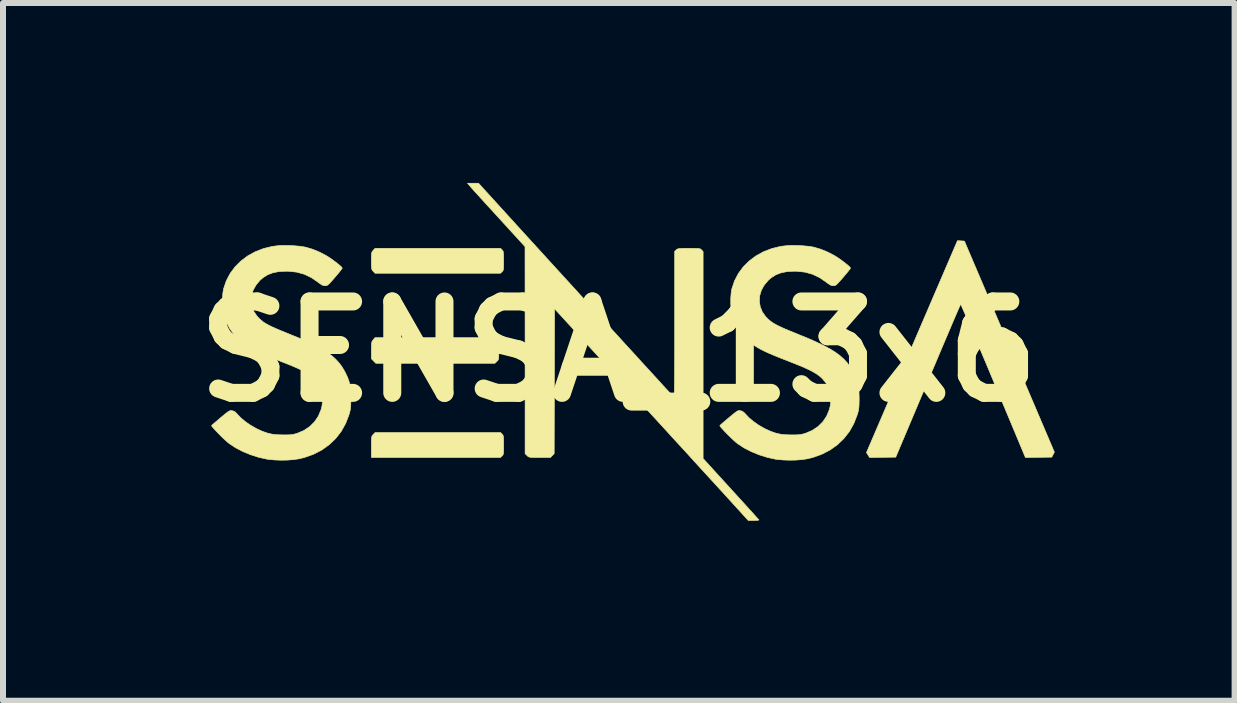
<source format=kicad_pcb>
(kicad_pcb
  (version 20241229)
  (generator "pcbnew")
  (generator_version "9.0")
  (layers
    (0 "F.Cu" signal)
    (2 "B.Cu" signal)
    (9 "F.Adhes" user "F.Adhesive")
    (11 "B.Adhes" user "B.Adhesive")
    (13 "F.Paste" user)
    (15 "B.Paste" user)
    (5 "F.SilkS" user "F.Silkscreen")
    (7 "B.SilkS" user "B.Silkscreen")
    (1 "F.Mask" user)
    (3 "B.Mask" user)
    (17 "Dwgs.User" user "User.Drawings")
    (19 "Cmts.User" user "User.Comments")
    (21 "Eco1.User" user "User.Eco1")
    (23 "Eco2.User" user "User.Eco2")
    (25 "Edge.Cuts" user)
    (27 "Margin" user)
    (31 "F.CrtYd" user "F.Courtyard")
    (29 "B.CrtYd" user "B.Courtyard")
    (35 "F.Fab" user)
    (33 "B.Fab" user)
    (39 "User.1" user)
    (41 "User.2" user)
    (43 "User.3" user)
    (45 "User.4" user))
  (footprint "SENSA_13x6"
    (layer "F.Cu")
    (at 7.264 2.811)
    (property "Reference" "SENSA_13x6" (at 0 0 0) (layer "F.SilkS") (effects (font (size 1.524 1.524) (thickness 0.3))))
    (attr through_hole)
    (fp_poly (pts (xy -1.942 1.378) (xy -1.931 1.39) (xy -1.924 1.405) (xy -1.92 1.426) (xy -1.918 1.459) (xy -1.917 1.506) (xy -1.917 1.56) (xy -1.917 1.623) (xy -1.918 1.668) (xy -1.92 1.697) (xy -1.925 1.717) (xy -1.932 1.73) (xy -1.943 1.741) (xy -1.943 1.741) (xy -1.97 1.766) (xy -4.122 1.766) (xy -4.122 1.591) (xy -4.122 1.524) (xy -4.121 1.476) (xy -4.119 1.443) (xy -4.115 1.421) (xy -4.109 1.405) (xy -4.1 1.393) (xy -4.091 1.383) (xy -4.06 1.351) (xy -1.967 1.351) (xy -1.942 1.378)) (stroke (width 0.01) (type solid)) (fill yes) (layer "F.SilkS"))
    (fp_poly (pts (xy -2.03 -0.2) (xy -2.017 -0.187) (xy -2.008 -0.174) (xy -2.002 -0.156) (xy -1.999 -0.13) (xy -1.998 -0.091) (xy -1.997 -0.035) (xy -1.997 -0.017) (xy -1.998 0.044) (xy -1.998 0.087) (xy -2.001 0.116) (xy -2.006 0.135) (xy -2.014 0.149) (xy -2.026 0.162) (xy -2.03 0.165) (xy -2.062 0.196) (xy -4.048 0.196) (xy -4.085 0.158) (xy -4.122 0.12) (xy -4.122 -0.02) (xy -4.121 -0.079) (xy -4.12 -0.12) (xy -4.117 -0.148) (xy -4.111 -0.168) (xy -4.101 -0.183) (xy -4.092 -0.195) (xy -4.062 -0.231) (xy -2.062 -0.231) (xy -2.03 -0.2)) (stroke (width 0.01) (type solid)) (fill yes) (layer "F.SilkS"))
    (fp_poly (pts (xy -1.942 -1.694) (xy -1.931 -1.681) (xy -1.924 -1.666) (xy -1.92 -1.645) (xy -1.918 -1.612) (xy -1.917 -1.565) (xy -1.917 -1.511) (xy -1.917 -1.448) (xy -1.918 -1.403) (xy -1.92 -1.374) (xy -1.925 -1.354) (xy -1.932 -1.341) (xy -1.943 -1.33) (xy -1.943 -1.33) (xy -1.97 -1.305) (xy -4.06 -1.305) (xy -4.091 -1.337) (xy -4.104 -1.351) (xy -4.112 -1.366) (xy -4.118 -1.385) (xy -4.12 -1.414) (xy -4.122 -1.456) (xy -4.122 -1.512) (xy -4.122 -1.572) (xy -4.12 -1.614) (xy -4.117 -1.641) (xy -4.112 -1.66) (xy -4.103 -1.674) (xy -4.091 -1.688) (xy -4.06 -1.72) (xy -1.967 -1.72) (xy -1.942 -1.694)) (stroke (width 0.01) (type solid)) (fill yes) (layer "F.SilkS"))
    (fp_poly (pts (xy 5.708 -1.845) (xy 5.766 -1.841) (xy 7.266 1.678) (xy 7.222 1.761) (xy 7.002 1.764) (xy 6.783 1.767) (xy 6.247 0.485) (xy 6.179 0.322) (xy 6.113 0.165) (xy 6.05 0.015) (xy 5.99 -0.126) (xy 5.934 -0.257) (xy 5.884 -0.376) (xy 5.838 -0.483) (xy 5.798 -0.576) (xy 5.764 -0.654) (xy 5.737 -0.715) (xy 5.717 -0.759) (xy 5.705 -0.783) (xy 5.702 -0.788) (xy 5.697 -0.777) (xy 5.683 -0.745) (xy 5.661 -0.695) (xy 5.632 -0.627) (xy 5.596 -0.544) (xy 5.554 -0.446) (xy 5.507 -0.334) (xy 5.454 -0.21) (xy 5.397 -0.076) (xy 5.336 0.068) (xy 5.272 0.22) (xy 5.204 0.379) (xy 5.157 0.491) (xy 4.621 1.761) (xy 4.403 1.764) (xy 4.185 1.767) (xy 4.159 1.726) (xy 4.133 1.685) (xy 4.891 -0.082) (xy 5.65 -1.848) (xy 5.708 -1.845)) (stroke (width 0.01) (type solid)) (fill yes) (layer "F.SilkS"))
    (fp_poly (pts (xy -1.598 -1.995) (xy -1.473 -1.858) (xy -1.337 -1.709) (xy -1.195 -1.553) (xy -1.049 -1.393) (xy -0.901 -1.231) (xy -0.755 -1.071) (xy -0.613 -0.915) (xy -0.477 -0.767) (xy -0.351 -0.629) (xy -0.238 -0.504) (xy -0.219 -0.485) (xy -0.113 -0.369) (xy -0.006 -0.252) (xy 0.1 -0.135) (xy 0.204 -0.022) (xy 0.303 0.086) (xy 0.395 0.188) (xy 0.48 0.28) (xy 0.555 0.362) (xy 0.618 0.431) (xy 0.667 0.485) (xy 0.67 0.488) (xy 0.73 0.554) (xy 0.786 0.615) (xy 0.835 0.668) (xy 0.876 0.71) (xy 0.906 0.741) (xy 0.923 0.758) (xy 0.927 0.761) (xy 0.928 0.75) (xy 0.929 0.717) (xy 0.93 0.664) (xy 0.931 0.593) (xy 0.932 0.504) (xy 0.933 0.4) (xy 0.933 0.282) (xy 0.934 0.152) (xy 0.935 0.01) (xy 0.935 -0.141) (xy 0.935 -0.301) (xy 0.935 -0.454) (xy 0.935 -1.67) (xy 0.962 -1.695) (xy 0.973 -1.705) (xy 0.987 -1.711) (xy 1.006 -1.716) (xy 1.035 -1.718) (xy 1.078 -1.72) (xy 1.138 -1.72) (xy 1.173 -1.72) (xy 1.243 -1.72) (xy 1.293 -1.719) (xy 1.328 -1.718) (xy 1.35 -1.714) (xy 1.366 -1.709) (xy 1.377 -1.701) (xy 1.383 -1.694) (xy 1.409 -1.667) (xy 1.409 0.058) (xy 1.409 1.784) (xy 1.872 2.292) (xy 1.955 2.383) (xy 2.034 2.47) (xy 2.107 2.55) (xy 2.172 2.622) (xy 2.229 2.684) (xy 2.275 2.736) (xy 2.31 2.775) (xy 2.332 2.799) (xy 2.34 2.808) (xy 2.332 2.812) (xy 2.306 2.815) (xy 2.267 2.817) (xy 2.254 2.817) (xy 2.162 2.817) (xy 1.718 2.329) (xy 1.64 2.244) (xy 1.556 2.152) (xy 1.465 2.053) (xy 1.367 1.946) (xy 1.261 1.83) (xy 1.147 1.704) (xy 1.023 1.569) (xy 0.889 1.423) (xy 0.745 1.265) (xy 0.589 1.095) (xy 0.422 0.913) (xy 0.242 0.716) (xy 0.049 0.506) (xy -0.157 0.281) (xy -0.378 0.04) (xy -0.614 -0.217) (xy -0.623 -0.228) (xy -1.068 -0.713) (xy -1.071 0.494) (xy -1.074 1.702) (xy -1.136 1.766) (xy -1.315 1.766) (xy -1.383 1.766) (xy -1.432 1.766) (xy -1.465 1.764) (xy -1.488 1.76) (xy -1.503 1.754) (xy -1.516 1.745) (xy -1.526 1.735) (xy -1.559 1.704) (xy -1.559 -0.022) (xy -1.56 -1.749) (xy -1.993 -2.223) (xy -2.075 -2.313) (xy -2.154 -2.399) (xy -2.228 -2.48) (xy -2.295 -2.554) (xy -2.354 -2.619) (xy -2.403 -2.673) (xy -2.441 -2.715) (xy -2.465 -2.742) (xy -2.472 -2.751) (xy -2.519 -2.806) (xy -2.336 -2.806) (xy -1.598 -1.995)) (stroke (width 0.01) (type solid)) (fill yes) (layer "F.SilkS"))
    (fp_poly (pts (xy -5.498 -1.768) (xy -5.402 -1.763) (xy -5.312 -1.755) (xy -5.234 -1.743) (xy -5.213 -1.738) (xy -5.101 -1.705) (xy -4.985 -1.657) (xy -4.873 -1.598) (xy -4.87 -1.596) (xy -4.825 -1.568) (xy -4.777 -1.535) (xy -4.728 -1.499) (xy -4.683 -1.464) (xy -4.646 -1.433) (xy -4.619 -1.408) (xy -4.608 -1.392) (xy -4.607 -1.391) (xy -4.615 -1.379) (xy -4.634 -1.353) (xy -4.664 -1.315) (xy -4.702 -1.27) (xy -4.729 -1.238) (xy -4.775 -1.185) (xy -4.809 -1.148) (xy -4.834 -1.122) (xy -4.853 -1.107) (xy -4.869 -1.1) (xy -4.884 -1.097) (xy -4.894 -1.097) (xy -4.922 -1.1) (xy -4.949 -1.112) (xy -4.984 -1.135) (xy -5.01 -1.155) (xy -5.122 -1.232) (xy -5.239 -1.288) (xy -5.364 -1.323) (xy -5.5 -1.338) (xy -5.547 -1.339) (xy -5.664 -1.333) (xy -5.764 -1.313) (xy -5.852 -1.28) (xy -5.929 -1.231) (xy -5.979 -1.188) (xy -6.046 -1.107) (xy -6.094 -1.021) (xy -6.121 -0.931) (xy -6.128 -0.839) (xy -6.114 -0.749) (xy -6.079 -0.663) (xy -6.024 -0.584) (xy -5.985 -0.544) (xy -5.953 -0.516) (xy -5.92 -0.49) (xy -5.882 -0.466) (xy -5.837 -0.441) (xy -5.783 -0.414) (xy -5.716 -0.384) (xy -5.634 -0.349) (xy -5.535 -0.309) (xy -5.484 -0.288) (xy -5.322 -0.222) (xy -5.181 -0.16) (xy -5.058 -0.101) (xy -4.953 -0.045) (xy -4.862 0.011) (xy -4.784 0.068) (xy -4.718 0.127) (xy -4.661 0.189) (xy -4.612 0.255) (xy -4.569 0.327) (xy -4.55 0.364) (xy -4.517 0.436) (xy -4.493 0.503) (xy -4.477 0.572) (xy -4.468 0.649) (xy -4.464 0.74) (xy -4.464 0.785) (xy -4.465 0.855) (xy -4.467 0.909) (xy -4.471 0.952) (xy -4.478 0.991) (xy -4.489 1.032) (xy -4.495 1.054) (xy -4.551 1.199) (xy -4.625 1.332) (xy -4.717 1.45) (xy -4.826 1.554) (xy -4.949 1.642) (xy -5.087 1.713) (xy -5.239 1.767) (xy -5.331 1.789) (xy -5.418 1.802) (xy -5.52 1.81) (xy -5.629 1.812) (xy -5.735 1.808) (xy -5.832 1.799) (xy -5.859 1.795) (xy -5.996 1.765) (xy -6.132 1.722) (xy -6.264 1.668) (xy -6.384 1.606) (xy -6.487 1.538) (xy -6.49 1.536) (xy -6.522 1.51) (xy -6.561 1.475) (xy -6.605 1.434) (xy -6.649 1.39) (xy -6.692 1.346) (xy -6.731 1.305) (xy -6.761 1.271) (xy -6.781 1.247) (xy -6.786 1.235) (xy -6.777 1.225) (xy -6.752 1.203) (xy -6.716 1.172) (xy -6.671 1.134) (xy -6.635 1.103) (xy -6.581 1.058) (xy -6.54 1.025) (xy -6.511 1.004) (xy -6.49 0.991) (xy -6.473 0.986) (xy -6.458 0.985) (xy -6.442 0.987) (xy -6.409 0.997) (xy -6.38 1.019) (xy -6.355 1.047) (xy -6.297 1.107) (xy -6.223 1.169) (xy -6.138 1.228) (xy -6.049 1.279) (xy -6.023 1.293) (xy -5.935 1.332) (xy -5.858 1.359) (xy -5.783 1.377) (xy -5.702 1.387) (xy -5.607 1.39) (xy -5.594 1.39) (xy -5.527 1.39) (xy -5.476 1.388) (xy -5.435 1.383) (xy -5.398 1.375) (xy -5.359 1.364) (xy -5.246 1.316) (xy -5.149 1.251) (xy -5.069 1.171) (xy -5.006 1.077) (xy -4.961 0.97) (xy -4.946 0.912) (xy -4.933 0.801) (xy -4.941 0.699) (xy -4.971 0.603) (xy -5.023 0.515) (xy -5.084 0.445) (xy -5.119 0.413) (xy -5.159 0.383) (xy -5.207 0.353) (xy -5.264 0.321) (xy -5.333 0.288) (xy -5.417 0.251) (xy -5.517 0.21) (xy -5.636 0.163) (xy -5.669 0.15) (xy -5.786 0.104) (xy -5.885 0.064) (xy -5.968 0.029) (xy -6.037 -0.003) (xy -6.097 -0.033) (xy -6.15 -0.062) (xy -6.198 -0.092) (xy -6.198 -0.092) (xy -6.308 -0.175) (xy -6.404 -0.273) (xy -6.483 -0.382) (xy -6.544 -0.499) (xy -6.584 -0.621) (xy -6.588 -0.64) (xy -6.599 -0.713) (xy -6.604 -0.797) (xy -6.604 -0.885) (xy -6.599 -0.968) (xy -6.588 -1.038) (xy -6.586 -1.047) (xy -6.541 -1.179) (xy -6.477 -1.301) (xy -6.395 -1.412) (xy -6.296 -1.51) (xy -6.183 -1.595) (xy -6.057 -1.664) (xy -5.92 -1.717) (xy -5.773 -1.753) (xy -5.673 -1.765) (xy -5.591 -1.769) (xy -5.498 -1.768)) (stroke (width 0.01) (type solid)) (fill yes) (layer "F.SilkS"))
    (fp_poly (pts (xy 2.976 -1.768) (xy 3.072 -1.763) (xy 3.163 -1.755) (xy 3.241 -1.743) (xy 3.261 -1.738) (xy 3.373 -1.705) (xy 3.489 -1.657) (xy 3.601 -1.598) (xy 3.605 -1.596) (xy 3.649 -1.568) (xy 3.698 -1.535) (xy 3.746 -1.499) (xy 3.791 -1.464) (xy 3.829 -1.433) (xy 3.855 -1.408) (xy 3.867 -1.392) (xy 3.867 -1.391) (xy 3.86 -1.379) (xy 3.84 -1.353) (xy 3.81 -1.315) (xy 3.772 -1.27) (xy 3.745 -1.238) (xy 3.699 -1.185) (xy 3.665 -1.148) (xy 3.64 -1.122) (xy 3.621 -1.107) (xy 3.606 -1.1) (xy 3.59 -1.097) (xy 3.58 -1.097) (xy 3.553 -1.1) (xy 3.525 -1.112) (xy 3.49 -1.135) (xy 3.464 -1.155) (xy 3.352 -1.232) (xy 3.235 -1.288) (xy 3.11 -1.323) (xy 2.974 -1.338) (xy 2.928 -1.339) (xy 2.811 -1.333) (xy 2.71 -1.313) (xy 2.623 -1.28) (xy 2.545 -1.231) (xy 2.496 -1.188) (xy 2.428 -1.107) (xy 2.38 -1.021) (xy 2.353 -0.931) (xy 2.347 -0.839) (xy 2.361 -0.749) (xy 2.395 -0.663) (xy 2.45 -0.584) (xy 2.489 -0.544) (xy 2.521 -0.516) (xy 2.555 -0.49) (xy 2.592 -0.466) (xy 2.637 -0.441) (xy 2.692 -0.414) (xy 2.758 -0.384) (xy 2.84 -0.349) (xy 2.94 -0.309) (xy 2.99 -0.288) (xy 3.152 -0.222) (xy 3.293 -0.16) (xy 3.416 -0.101) (xy 3.522 -0.045) (xy 3.612 0.011) (xy 3.69 0.068) (xy 3.756 0.127) (xy 3.813 0.189) (xy 3.862 0.255) (xy 3.906 0.327) (xy 3.925 0.364) (xy 3.958 0.436) (xy 3.982 0.503) (xy 3.998 0.572) (xy 4.007 0.649) (xy 4.01 0.74) (xy 4.011 0.785) (xy 4.01 0.855) (xy 4.008 0.909) (xy 4.004 0.952) (xy 3.997 0.991) (xy 3.986 1.032) (xy 3.979 1.054) (xy 3.923 1.199) (xy 3.849 1.332) (xy 3.757 1.45) (xy 3.649 1.554) (xy 3.525 1.642) (xy 3.387 1.713) (xy 3.236 1.767) (xy 3.144 1.789) (xy 3.056 1.802) (xy 2.954 1.81) (xy 2.846 1.812) (xy 2.739 1.808) (xy 2.642 1.799) (xy 2.615 1.795) (xy 2.479 1.765) (xy 2.342 1.722) (xy 2.211 1.668) (xy 2.09 1.606) (xy 1.987 1.538) (xy 1.984 1.536) (xy 1.952 1.51) (xy 1.913 1.475) (xy 1.87 1.434) (xy 1.825 1.39) (xy 1.782 1.346) (xy 1.744 1.305) (xy 1.713 1.271) (xy 1.694 1.247) (xy 1.688 1.235) (xy 1.698 1.225) (xy 1.722 1.203) (xy 1.758 1.172) (xy 1.803 1.134) (xy 1.839 1.103) (xy 1.894 1.058) (xy 1.934 1.025) (xy 1.963 1.004) (xy 1.984 0.991) (xy 2.001 0.986) (xy 2.016 0.985) (xy 2.032 0.987) (xy 2.065 0.997) (xy 2.094 1.019) (xy 2.12 1.047) (xy 2.177 1.107) (xy 2.252 1.169) (xy 2.336 1.228) (xy 2.425 1.279) (xy 2.452 1.293) (xy 2.539 1.332) (xy 2.616 1.359) (xy 2.691 1.377) (xy 2.773 1.387) (xy 2.868 1.39) (xy 2.881 1.39) (xy 2.948 1.39) (xy 2.998 1.388) (xy 3.039 1.383) (xy 3.076 1.375) (xy 3.115 1.364) (xy 3.228 1.316) (xy 3.325 1.251) (xy 3.406 1.171) (xy 3.469 1.077) (xy 3.513 0.97) (xy 3.528 0.912) (xy 3.542 0.801) (xy 3.533 0.699) (xy 3.503 0.603) (xy 3.451 0.515) (xy 3.39 0.445) (xy 3.355 0.413) (xy 3.315 0.383) (xy 3.267 0.353) (xy 3.21 0.321) (xy 3.141 0.288) (xy 3.058 0.251) (xy 2.957 0.21) (xy 2.838 0.163) (xy 2.806 0.15) (xy 2.688 0.104) (xy 2.589 0.064) (xy 2.507 0.029) (xy 2.437 -0.003) (xy 2.377 -0.033) (xy 2.325 -0.062) (xy 2.276 -0.092) (xy 2.276 -0.092) (xy 2.166 -0.175) (xy 2.071 -0.273) (xy 1.991 -0.382) (xy 1.93 -0.499) (xy 1.89 -0.621) (xy 1.886 -0.64) (xy 1.875 -0.713) (xy 1.87 -0.797) (xy 1.87 -0.885) (xy 1.876 -0.968) (xy 1.886 -1.038) (xy 1.889 -1.047) (xy 1.933 -1.179) (xy 1.997 -1.301) (xy 2.079 -1.412) (xy 2.178 -1.51) (xy 2.291 -1.595) (xy 2.417 -1.664) (xy 2.555 -1.717) (xy 2.701 -1.753) (xy 2.801 -1.765) (xy 2.883 -1.769) (xy 2.976 -1.768)) (stroke (width 0.01) (type solid)) (fill yes) (layer "F.SilkS")))
  (gr_rect
    (start -3 -3)
    (end 17.535 8.633)
    (stroke (width 0.1) (type default))
    (fill no)
    (layer "Edge.Cuts")))
</source>
